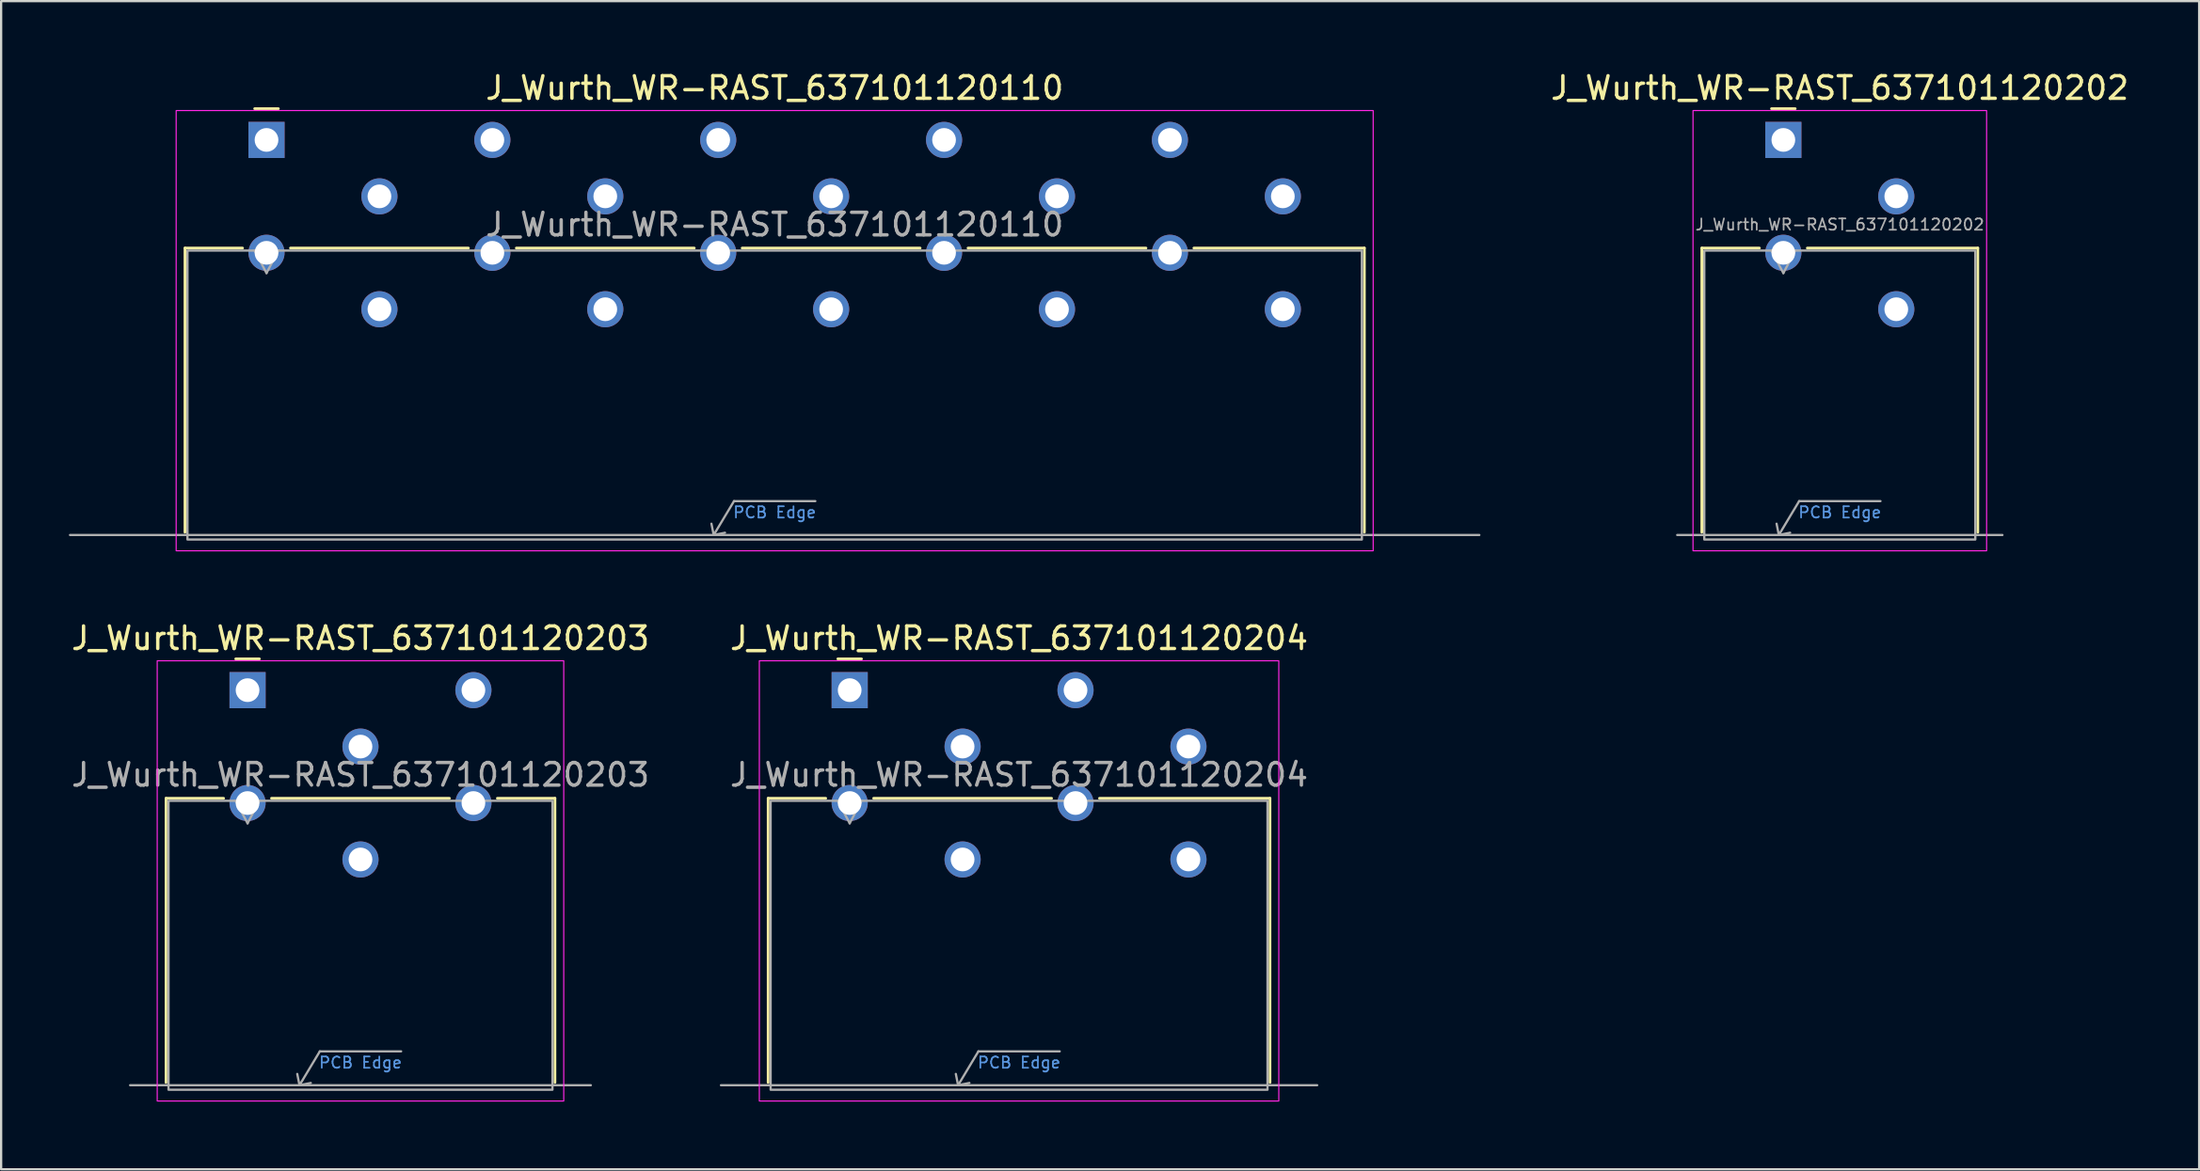
<source format=kicad_pcb>
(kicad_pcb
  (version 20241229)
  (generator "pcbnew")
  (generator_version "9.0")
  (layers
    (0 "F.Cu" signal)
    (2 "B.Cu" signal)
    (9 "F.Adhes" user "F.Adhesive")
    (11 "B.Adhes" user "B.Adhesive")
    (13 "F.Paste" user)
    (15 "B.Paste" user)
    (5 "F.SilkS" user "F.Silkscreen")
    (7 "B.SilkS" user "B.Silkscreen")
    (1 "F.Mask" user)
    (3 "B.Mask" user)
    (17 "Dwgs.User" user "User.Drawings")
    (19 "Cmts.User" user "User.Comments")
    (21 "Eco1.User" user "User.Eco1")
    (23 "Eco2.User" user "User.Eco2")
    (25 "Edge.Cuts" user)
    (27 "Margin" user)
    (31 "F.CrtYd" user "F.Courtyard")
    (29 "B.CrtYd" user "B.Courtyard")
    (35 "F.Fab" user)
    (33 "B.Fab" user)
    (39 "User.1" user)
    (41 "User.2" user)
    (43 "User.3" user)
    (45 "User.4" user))
  (footprint "J_Wurth_WR-RAST_637101120110"
    (layer "F.Cu")
    (at 8.75 3.148)
    (property "Reference" "J_Wurth_WR-RAST_637101120110" (at 22.5 -2.3 0) (unlocked yes) (layer "F.SilkS") (effects (font (size 1 1) (thickness 0.15))))
    (attr smd)
    (fp_line (start -3.61 4.79) (end -3.61 17.38) (stroke (width 0.12) (type default)) (layer "F.SilkS"))
    (fp_line (start -3.61 4.79) (end -1.06 4.79) (stroke (width 0.12) (type default)) (layer "F.SilkS"))
    (fp_line (start -0.525 -1.385) (end 0.525 -1.385) (stroke (width 0.12) (type default)) (layer "F.SilkS"))
    (fp_line (start 1.06 4.79) (end 8.94 4.79) (stroke (width 0.12) (type default)) (layer "F.SilkS"))
    (fp_line (start 11.06 4.79) (end 18.94 4.79) (stroke (width 0.12) (type default)) (layer "F.SilkS"))
    (fp_line (start 21.06 4.79) (end 28.94 4.79) (stroke (width 0.12) (type default)) (layer "F.SilkS"))
    (fp_line (start 31.06 4.79) (end 38.94 4.79) (stroke (width 0.12) (type default)) (layer "F.SilkS"))
    (fp_line (start 48.61 4.79) (end 41.06 4.79) (stroke (width 0.12) (type default)) (layer "F.SilkS"))
    (fp_line (start 48.61 4.79) (end 48.61 17.38) (stroke (width 0.12) (type default)) (layer "F.SilkS"))
    (fp_rect (start -4 -1.3) (end 49 18.2) (stroke (width 0.05) (type default)) (fill no) (layer "F.CrtYd"))
    (fp_line (start -8.7 17.5) (end 53.7 17.5) (stroke (width 0.1) (type default)) (layer "F.Fab"))
    (fp_line (start -0.525 4.9) (end 0 5.9) (stroke (width 0.1) (type default)) (layer "F.Fab"))
    (fp_line (start 0.525 4.9) (end 0 5.9) (stroke (width 0.1) (type default)) (layer "F.Fab"))
    (fp_line (start 19.8 17.5) (end 19.7 17) (stroke (width 0.1) (type default)) (layer "F.Fab"))
    (fp_line (start 19.8 17.5) (end 20.3 17.4) (stroke (width 0.1) (type default)) (layer "F.Fab"))
    (fp_line (start 19.8 17.5) (end 20.7 16) (stroke (width 0.1) (type default)) (layer "F.Fab"))
    (fp_line (start 20.7 16) (end 24.3 16) (stroke (width 0.1) (type default)) (layer "F.Fab"))
    (fp_rect (start -3.5 4.9) (end 48.5 17.7) (stroke (width 0.1) (type default)) (fill no) (layer "F.Fab"))
    (fp_text user "PCB Edge" (at 22.5 16.5 0) (unlocked yes) (layer "Cmts.User") (effects (font (size 0.5 0.5) (thickness 0.075))))
    (fp_text user "${REFERENCE}" (at 22.5 3.75 0) (unlocked yes) (layer "F.Fab") (effects (font (size 1 1) (thickness 0.15))))
    (pad "1" thru_hole rect (at 0 0) (size 1.6 1.6) (drill 1.05) (layers "*.Cu" "*.Mask"))
    (pad "2" thru_hole circle (at 5 2.5) (size 1.6 1.6) (drill 1.05) (layers "*.Cu" "*.Mask"))
    (pad "3" thru_hole circle (at 10 0) (size 1.6 1.6) (drill 1.05) (layers "*.Cu" "*.Mask"))
    (pad "4" thru_hole circle (at 15 2.5) (size 1.6 1.6) (drill 1.05) (layers "*.Cu" "*.Mask"))
    (pad "5" thru_hole circle (at 20 0) (size 1.6 1.6) (drill 1.05) (layers "*.Cu" "*.Mask"))
    (pad "6" thru_hole circle (at 25 2.5) (size 1.6 1.6) (drill 1.05) (layers "*.Cu" "*.Mask"))
    (pad "7" thru_hole circle (at 30 0) (size 1.6 1.6) (drill 1.05) (layers "*.Cu" "*.Mask"))
    (pad "8" thru_hole circle (at 35 2.5) (size 1.6 1.6) (drill 1.05) (layers "*.Cu" "*.Mask"))
    (pad "9" thru_hole circle (at 40 0) (size 1.6 1.6) (drill 1.05) (layers "*.Cu" "*.Mask"))
    (pad "10" thru_hole circle (at 45 2.5) (size 1.6 1.6) (drill 1.05) (layers "*.Cu" "*.Mask"))
    (pad "A1" thru_hole circle (at 0 5) (size 1.6 1.6) (drill 1.05) (layers "*.Cu" "*.Mask"))
    (pad "A2" thru_hole circle (at 5 7.5) (size 1.6 1.6) (drill 1.05) (layers "*.Cu" "*.Mask"))
    (pad "A3" thru_hole circle (at 10 5) (size 1.6 1.6) (drill 1.05) (layers "*.Cu" "*.Mask"))
    (pad "A4" thru_hole circle (at 15 7.5) (size 1.6 1.6) (drill 1.05) (layers "*.Cu" "*.Mask"))
    (pad "A5" thru_hole circle (at 20 5) (size 1.6 1.6) (drill 1.05) (layers "*.Cu" "*.Mask"))
    (pad "A6" thru_hole circle (at 25 7.5) (size 1.6 1.6) (drill 1.05) (layers "*.Cu" "*.Mask"))
    (pad "A7" thru_hole circle (at 30 5) (size 1.6 1.6) (drill 1.05) (layers "*.Cu" "*.Mask"))
    (pad "A8" thru_hole circle (at 35 7.5) (size 1.6 1.6) (drill 1.05) (layers "*.Cu" "*.Mask"))
    (pad "A9" thru_hole circle (at 40 5) (size 1.6 1.6) (drill 1.05) (layers "*.Cu" "*.Mask"))
    (pad "A10" thru_hole circle (at 45 7.5) (size 1.6 1.6) (drill 1.05) (layers "*.Cu" "*.Mask")))
  (footprint "J_Wurth_WR-RAST_637101120202"
    (layer "F.Cu")
    (at 75.911 3.148)
    (property "Reference" "J_Wurth_WR-RAST_637101120202" (at 2.5 -2.3 0) (unlocked yes) (layer "F.SilkS") (effects (font (size 1 1) (thickness 0.15))))
    (attr smd)
    (fp_line (start -3.61 4.79) (end -3.61 17.38) (stroke (width 0.12) (type default)) (layer "F.SilkS"))
    (fp_line (start -3.61 4.79) (end -1.06 4.79) (stroke (width 0.12) (type default)) (layer "F.SilkS"))
    (fp_line (start -0.525 -1.385) (end 0.525 -1.385) (stroke (width 0.12) (type default)) (layer "F.SilkS"))
    (fp_line (start 8.61 4.79) (end 1.06 4.79) (stroke (width 0.12) (type default)) (layer "F.SilkS"))
    (fp_line (start 8.61 4.79) (end 8.61 17.38) (stroke (width 0.12) (type default)) (layer "F.SilkS"))
    (fp_rect (start -4 -1.3) (end 9 18.2) (stroke (width 0.05) (type default)) (fill no) (layer "F.CrtYd"))
    (fp_line (start -4.7 17.5) (end 9.7 17.5) (stroke (width 0.1) (type default)) (layer "F.Fab"))
    (fp_line (start -0.525 4.9) (end 0 5.9) (stroke (width 0.1) (type default)) (layer "F.Fab"))
    (fp_line (start -0.2 17.5) (end -0.3 17) (stroke (width 0.1) (type default)) (layer "F.Fab"))
    (fp_line (start -0.2 17.5) (end 0.3 17.4) (stroke (width 0.1) (type default)) (layer "F.Fab"))
    (fp_line (start -0.2 17.5) (end 0.7 16) (stroke (width 0.1) (type default)) (layer "F.Fab"))
    (fp_line (start 0.525 4.9) (end 0 5.9) (stroke (width 0.1) (type default)) (layer "F.Fab"))
    (fp_line (start 0.7 16) (end 4.3 16) (stroke (width 0.1) (type default)) (layer "F.Fab"))
    (fp_rect (start -3.5 4.9) (end 8.5 17.7) (stroke (width 0.1) (type default)) (fill no) (layer "F.Fab"))
    (fp_text user "PCB Edge" (at 2.5 16.5 0) (unlocked yes) (layer "Cmts.User") (effects (font (size 0.5 0.5) (thickness 0.075))))
    (fp_text user "${REFERENCE}" (at 2.5 3.75 0) (unlocked yes) (layer "F.Fab") (effects (font (size 0.5 0.5) (thickness 0.075))))
    (pad "1" thru_hole rect (at 0 0) (size 1.6 1.6) (drill 1.05) (layers "*.Cu" "*.Mask"))
    (pad "2" thru_hole circle (at 5 2.5) (size 1.6 1.6) (drill 1.05) (layers "*.Cu" "*.Mask"))
    (pad "A1" thru_hole circle (at 0 5) (size 1.6 1.6) (drill 1.05) (layers "*.Cu" "*.Mask"))
    (pad "A2" thru_hole circle (at 5 7.5) (size 1.6 1.6) (drill 1.05) (layers "*.Cu" "*.Mask")))
  (footprint "J_Wurth_WR-RAST_637101120204"
    (layer "F.Cu")
    (at 34.571 27.521)
    (property "Reference" "J_Wurth_WR-RAST_637101120204" (at 7.5 -2.3 0) (unlocked yes) (layer "F.SilkS") (effects (font (size 1 1) (thickness 0.15))))
    (attr smd)
    (fp_line (start -3.61 4.79) (end -3.61 17.38) (stroke (width 0.12) (type default)) (layer "F.SilkS"))
    (fp_line (start -3.61 4.79) (end -1.06 4.79) (stroke (width 0.12) (type default)) (layer "F.SilkS"))
    (fp_line (start -0.525 -1.385) (end 0.525 -1.385) (stroke (width 0.12) (type default)) (layer "F.SilkS"))
    (fp_line (start 1.06 4.79) (end 8.94 4.79) (stroke (width 0.12) (type default)) (layer "F.SilkS"))
    (fp_line (start 18.61 4.79) (end 11.06 4.79) (stroke (width 0.12) (type default)) (layer "F.SilkS"))
    (fp_line (start 18.61 4.79) (end 18.61 17.38) (stroke (width 0.12) (type default)) (layer "F.SilkS"))
    (fp_rect (start -4 -1.3) (end 19 18.2) (stroke (width 0.05) (type default)) (fill no) (layer "F.CrtYd"))
    (fp_line (start -5.7 17.5) (end 20.7 17.5) (stroke (width 0.1) (type default)) (layer "F.Fab"))
    (fp_line (start -0.525 4.9) (end 0 5.9) (stroke (width 0.1) (type default)) (layer "F.Fab"))
    (fp_line (start 0.525 4.9) (end 0 5.9) (stroke (width 0.1) (type default)) (layer "F.Fab"))
    (fp_line (start 4.8 17.5) (end 4.7 17) (stroke (width 0.1) (type default)) (layer "F.Fab"))
    (fp_line (start 4.8 17.5) (end 5.3 17.4) (stroke (width 0.1) (type default)) (layer "F.Fab"))
    (fp_line (start 4.8 17.5) (end 5.7 16) (stroke (width 0.1) (type default)) (layer "F.Fab"))
    (fp_line (start 5.7 16) (end 9.3 16) (stroke (width 0.1) (type default)) (layer "F.Fab"))
    (fp_rect (start -3.5 4.9) (end 18.5 17.7) (stroke (width 0.1) (type default)) (fill no) (layer "F.Fab"))
    (fp_text user "PCB Edge" (at 7.5 16.5 0) (unlocked yes) (layer "Cmts.User") (effects (font (size 0.5 0.5) (thickness 0.075))))
    (fp_text user "${REFERENCE}" (at 7.5 3.75 0) (unlocked yes) (layer "F.Fab") (effects (font (size 1 1) (thickness 0.15))))
    (pad "1" thru_hole rect (at 0 0) (size 1.6 1.6) (drill 1.05) (layers "*.Cu" "*.Mask"))
    (pad "2" thru_hole circle (at 5 2.5) (size 1.6 1.6) (drill 1.05) (layers "*.Cu" "*.Mask"))
    (pad "3" thru_hole circle (at 10 0) (size 1.6 1.6) (drill 1.05) (layers "*.Cu" "*.Mask"))
    (pad "4" thru_hole circle (at 15 2.5) (size 1.6 1.6) (drill 1.05) (layers "*.Cu" "*.Mask"))
    (pad "A1" thru_hole circle (at 0 5) (size 1.6 1.6) (drill 1.05) (layers "*.Cu" "*.Mask"))
    (pad "A2" thru_hole circle (at 5 7.5) (size 1.6 1.6) (drill 1.05) (layers "*.Cu" "*.Mask"))
    (pad "A3" thru_hole circle (at 10 5) (size 1.6 1.6) (drill 1.05) (layers "*.Cu" "*.Mask"))
    (pad "A4" thru_hole circle (at 15 7.5) (size 1.6 1.6) (drill 1.05) (layers "*.Cu" "*.Mask")))
  (footprint "J_Wurth_WR-RAST_637101120203"
    (layer "F.Cu")
    (at 7.911 27.521)
    (property "Reference" "J_Wurth_WR-RAST_637101120203" (at 5 -2.3 0) (unlocked yes) (layer "F.SilkS") (effects (font (size 1 1) (thickness 0.15))))
    (attr smd)
    (fp_line (start -3.61 4.79) (end -3.61 17.38) (stroke (width 0.12) (type default)) (layer "F.SilkS"))
    (fp_line (start -3.61 4.79) (end -1.06 4.79) (stroke (width 0.12) (type default)) (layer "F.SilkS"))
    (fp_line (start -0.525 -1.385) (end 0.525 -1.385) (stroke (width 0.12) (type default)) (layer "F.SilkS"))
    (fp_line (start 1.06 4.79) (end 8.94 4.79) (stroke (width 0.12) (type default)) (layer "F.SilkS"))
    (fp_line (start 13.61 4.79) (end 11.06 4.79) (stroke (width 0.12) (type default)) (layer "F.SilkS"))
    (fp_line (start 13.61 4.79) (end 13.61 17.38) (stroke (width 0.12) (type default)) (layer "F.SilkS"))
    (fp_rect (start -4 -1.3) (end 14 18.2) (stroke (width 0.05) (type default)) (fill no) (layer "F.CrtYd"))
    (fp_line (start -5.2 17.5) (end 15.2 17.5) (stroke (width 0.1) (type default)) (layer "F.Fab"))
    (fp_line (start -0.525 4.9) (end 0 5.9) (stroke (width 0.1) (type default)) (layer "F.Fab"))
    (fp_line (start 0.525 4.9) (end 0 5.9) (stroke (width 0.1) (type default)) (layer "F.Fab"))
    (fp_line (start 2.3 17.5) (end 2.2 17) (stroke (width 0.1) (type default)) (layer "F.Fab"))
    (fp_line (start 2.3 17.5) (end 2.8 17.4) (stroke (width 0.1) (type default)) (layer "F.Fab"))
    (fp_line (start 2.3 17.5) (end 3.2 16) (stroke (width 0.1) (type default)) (layer "F.Fab"))
    (fp_line (start 3.2 16) (end 6.8 16) (stroke (width 0.1) (type default)) (layer "F.Fab"))
    (fp_rect (start -3.5 4.9) (end 13.5 17.7) (stroke (width 0.1) (type default)) (fill no) (layer "F.Fab"))
    (fp_text user "PCB Edge" (at 5 16.5 0) (unlocked yes) (layer "Cmts.User") (effects (font (size 0.5 0.5) (thickness 0.075))))
    (fp_text user "${REFERENCE}" (at 5 3.75 0) (unlocked yes) (layer "F.Fab") (effects (font (size 1 1) (thickness 0.15))))
    (pad "1" thru_hole rect (at 0 0) (size 1.6 1.6) (drill 1.05) (layers "*.Cu" "*.Mask"))
    (pad "2" thru_hole circle (at 5 2.5) (size 1.6 1.6) (drill 1.05) (layers "*.Cu" "*.Mask"))
    (pad "3" thru_hole circle (at 10 0) (size 1.6 1.6) (drill 1.05) (layers "*.Cu" "*.Mask"))
    (pad "A1" thru_hole circle (at 0 5) (size 1.6 1.6) (drill 1.05) (layers "*.Cu" "*.Mask"))
    (pad "A2" thru_hole circle (at 5 7.5) (size 1.6 1.6) (drill 1.05) (layers "*.Cu" "*.Mask"))
    (pad "A3" thru_hole circle (at 10 5) (size 1.6 1.6) (drill 1.05) (layers "*.Cu" "*.Mask")))
  (gr_rect
    (start -3 -3)
    (end 94.321 48.746)
    (stroke (width 0.1) (type default))
    (fill no)
    (layer "Edge.Cuts")))
</source>
